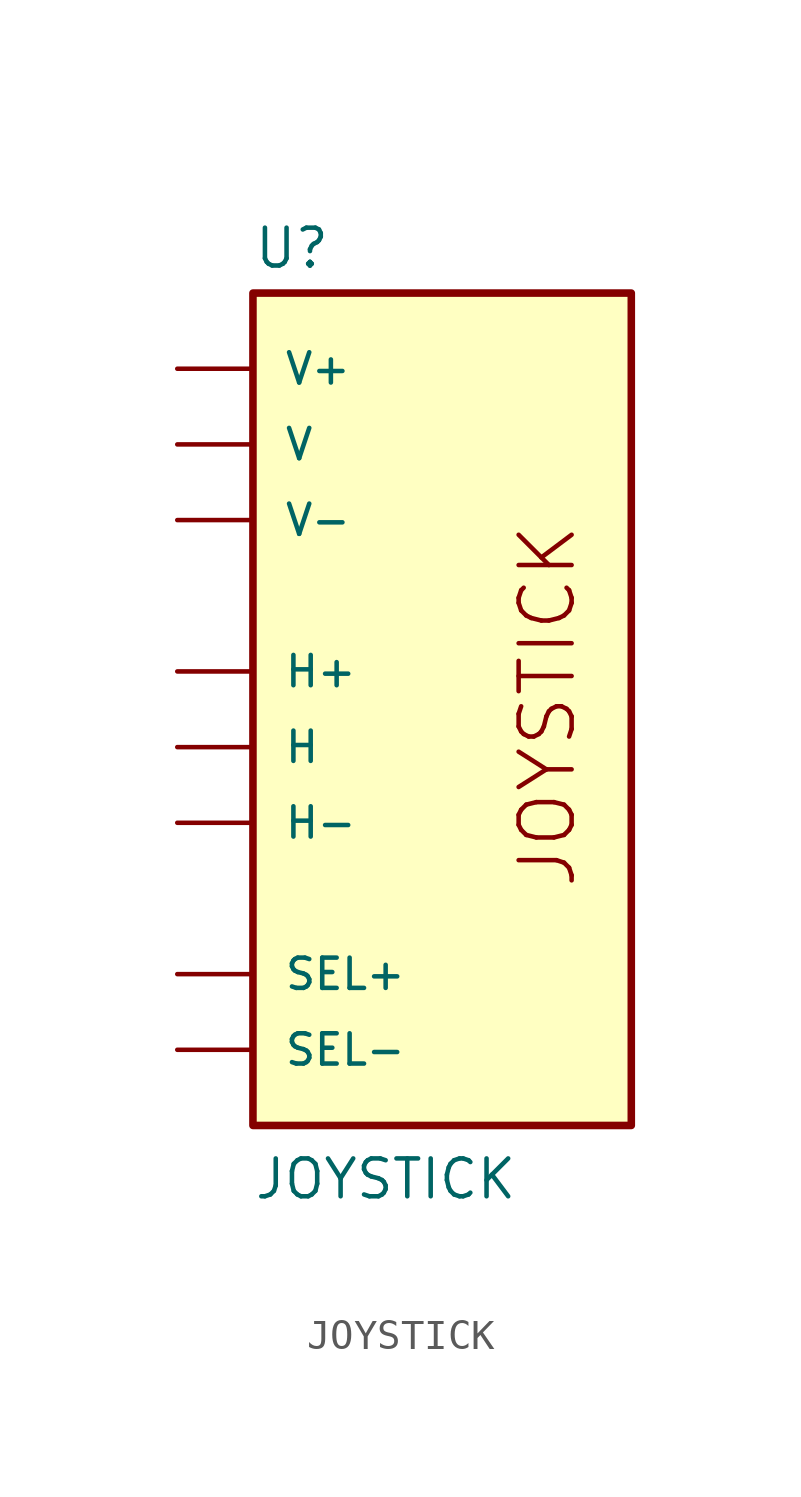
<source format=kicad_sym>
(kicad_symbol_lib
  (version 20211014)
  (generator kicad_symbol_editor)
  (symbol "JOYSTICK"
    (pin_numbers hide)
    (pin_names
      (offset 1.016))
    (property "Reference" "U"
      (at -7.62 13.462 0)
      (effects (font (size 1.27 1.27)) (justify left bottom)))
    (property "Value" "JOYSTICK"
      (at -7.62 -17.78 0)
      (effects (font (size 1.27 1.27)) (justify left bottom)))
    (property "ki_locked" ""
      (at 0 0 0)
      (effects (font (size 1.27 1.27))))
    (symbol "JOYSTICK_0_0"
      (rectangle (start -7.62 -15.24) (end 5.08 12.7) (stroke (width 0.254) (type default) (color 0 0 0 0)) (fill (type background)))
      (text "JOYSTICK" (at 3.302 -7.366 900) (effects (font (size 1.778 1.778)) (justify left bottom)))
      (pin bidirectional line (at -10.16 -10.16 0) (length 2.54) (name "SEL+" (effects (font (size 1.016 1.016)))) (number "B1A" (effects (font (size 1.016 1.016)))))
      (pin bidirectional line (at -10.16 -12.7 0) (length 2.54) (name "SEL-" (effects (font (size 1.016 1.016)))) (number "B2A" (effects (font (size 1.016 1.016)))))
      (pin bidirectional line (at -10.16 0 0) (length 2.54) (name "H+" (effects (font (size 1.016 1.016)))) (number "H1" (effects (font (size 1.016 1.016)))))
      (pin bidirectional line (at -10.16 -2.54 0) (length 2.54) (name "H" (effects (font (size 1.016 1.016)))) (number "H2" (effects (font (size 1.016 1.016)))))
      (pin bidirectional line (at -10.16 -5.08 0) (length 2.54) (name "H-" (effects (font (size 1.016 1.016)))) (number "H3" (effects (font (size 1.016 1.016)))))
      (pin bidirectional line (at -10.16 10.16 0) (length 2.54) (name "V+" (effects (font (size 1.016 1.016)))) (number "V1" (effects (font (size 1.016 1.016)))))
      (pin bidirectional line (at -10.16 7.62 0) (length 2.54) (name "V" (effects (font (size 1.016 1.016)))) (number "V2" (effects (font (size 1.016 1.016)))))
      (pin bidirectional line (at -10.16 5.08 0) (length 2.54) (name "V-" (effects (font (size 1.016 1.016)))) (number "V3" (effects (font (size 1.016 1.016))))))))
</source>
